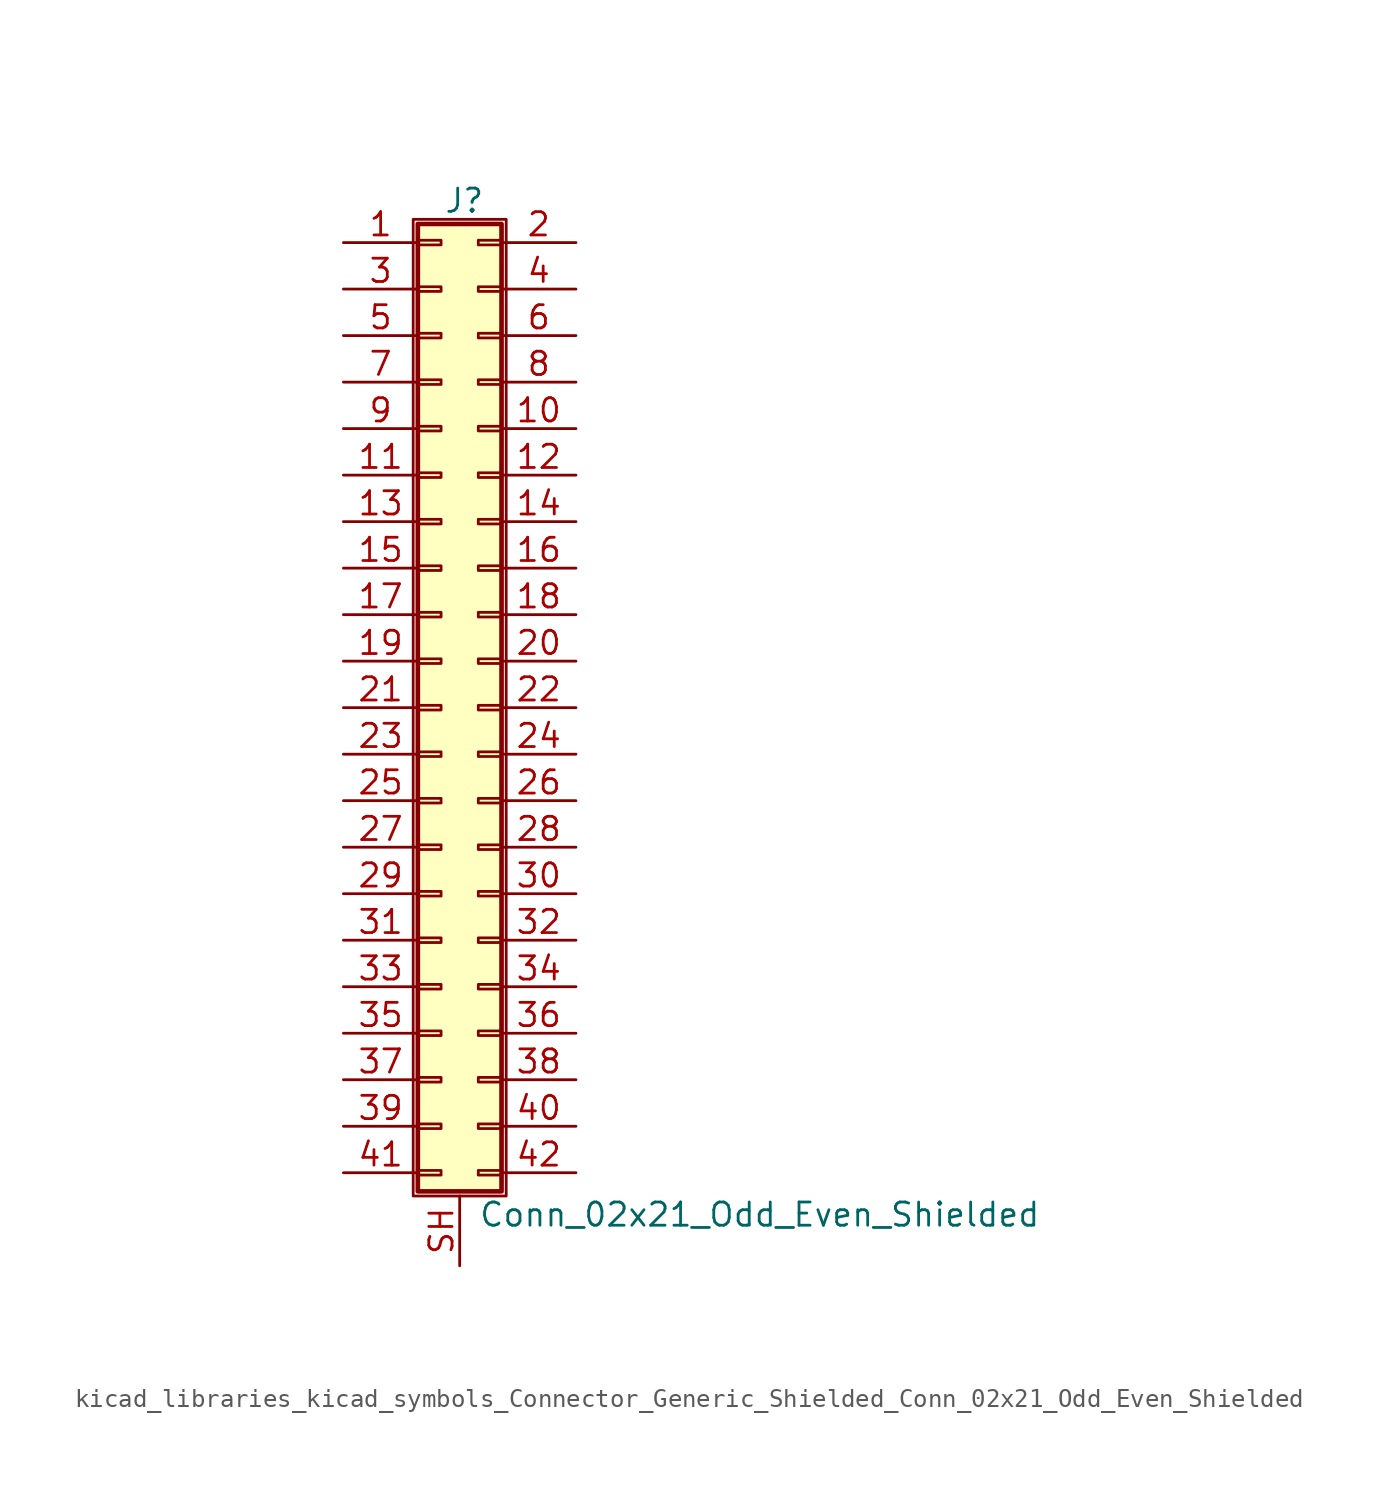
<source format=kicad_sym>
(kicad_symbol_lib
  (version 20220914)
  (generator kicad_symbol_editor)
  (symbol "kicad_libraries_kicad_symbols_Connector_Generic_Shielded_Conn_02x21_Odd_Even_Shielded"
    (pin_names
      (offset 1.016) hide)
    (property "Reference" "J"
      (at 1.524 27.686 0)
      (effects (font (size 1.27 1.27))))
    (property "Value" "Conn_02x21_Odd_Even_Shielded"
      (at 2.286 -27.686 0)
      (effects (font (size 1.27 1.27)) (justify left)))
    (symbol "kicad_libraries_kicad_symbols_Connector_Generic_Shielded_Conn_02x21_Odd_Even_Shielded_1_1"
      (rectangle (start -1.27 26.67) (end 3.81 -26.67) (stroke (width 0.152) (type default)) (fill (type none)))
      (rectangle (start -1.016 -25.273) (end 0.254 -25.527) (stroke (width 0.152) (type default)) (fill (type none)))
      (rectangle (start -1.016 -22.733) (end 0.254 -22.987) (stroke (width 0.152) (type default)) (fill (type none)))
      (rectangle (start -1.016 -20.193) (end 0.254 -20.447) (stroke (width 0.152) (type default)) (fill (type none)))
      (rectangle (start -1.016 -17.653) (end 0.254 -17.907) (stroke (width 0.152) (type default)) (fill (type none)))
      (rectangle (start -1.016 -15.113) (end 0.254 -15.367) (stroke (width 0.152) (type default)) (fill (type none)))
      (rectangle (start -1.016 -12.573) (end 0.254 -12.827) (stroke (width 0.152) (type default)) (fill (type none)))
      (rectangle (start -1.016 -10.033) (end 0.254 -10.287) (stroke (width 0.152) (type default)) (fill (type none)))
      (rectangle (start -1.016 -7.493) (end 0.254 -7.747) (stroke (width 0.152) (type default)) (fill (type none)))
      (rectangle (start -1.016 -4.953) (end 0.254 -5.207) (stroke (width 0.152) (type default)) (fill (type none)))
      (rectangle (start -1.016 -2.413) (end 0.254 -2.667) (stroke (width 0.152) (type default)) (fill (type none)))
      (rectangle (start -1.016 0.127) (end 0.254 -0.127) (stroke (width 0.152) (type default)) (fill (type none)))
      (rectangle (start -1.016 2.667) (end 0.254 2.413) (stroke (width 0.152) (type default)) (fill (type none)))
      (rectangle (start -1.016 5.207) (end 0.254 4.953) (stroke (width 0.152) (type default)) (fill (type none)))
      (rectangle (start -1.016 7.747) (end 0.254 7.493) (stroke (width 0.152) (type default)) (fill (type none)))
      (rectangle (start -1.016 10.287) (end 0.254 10.033) (stroke (width 0.152) (type default)) (fill (type none)))
      (rectangle (start -1.016 12.827) (end 0.254 12.573) (stroke (width 0.152) (type default)) (fill (type none)))
      (rectangle (start -1.016 15.367) (end 0.254 15.113) (stroke (width 0.152) (type default)) (fill (type none)))
      (rectangle (start -1.016 17.907) (end 0.254 17.653) (stroke (width 0.152) (type default)) (fill (type none)))
      (rectangle (start -1.016 20.447) (end 0.254 20.193) (stroke (width 0.152) (type default)) (fill (type none)))
      (rectangle (start -1.016 22.987) (end 0.254 22.733) (stroke (width 0.152) (type default)) (fill (type none)))
      (rectangle (start -1.016 25.527) (end 0.254 25.273) (stroke (width 0.152) (type default)) (fill (type none)))
      (rectangle (start -1.016 26.416) (end 3.556 -26.416) (stroke (width 0.254) (type default)) (fill (type background)))
      (rectangle (start 3.556 -25.273) (end 2.286 -25.527) (stroke (width 0.152) (type default)) (fill (type none)))
      (rectangle (start 3.556 -22.733) (end 2.286 -22.987) (stroke (width 0.152) (type default)) (fill (type none)))
      (rectangle (start 3.556 -20.193) (end 2.286 -20.447) (stroke (width 0.152) (type default)) (fill (type none)))
      (rectangle (start 3.556 -17.653) (end 2.286 -17.907) (stroke (width 0.152) (type default)) (fill (type none)))
      (rectangle (start 3.556 -15.113) (end 2.286 -15.367) (stroke (width 0.152) (type default)) (fill (type none)))
      (rectangle (start 3.556 -12.573) (end 2.286 -12.827) (stroke (width 0.152) (type default)) (fill (type none)))
      (rectangle (start 3.556 -10.033) (end 2.286 -10.287) (stroke (width 0.152) (type default)) (fill (type none)))
      (rectangle (start 3.556 -7.493) (end 2.286 -7.747) (stroke (width 0.152) (type default)) (fill (type none)))
      (rectangle (start 3.556 -4.953) (end 2.286 -5.207) (stroke (width 0.152) (type default)) (fill (type none)))
      (rectangle (start 3.556 -2.413) (end 2.286 -2.667) (stroke (width 0.152) (type default)) (fill (type none)))
      (rectangle (start 3.556 0.127) (end 2.286 -0.127) (stroke (width 0.152) (type default)) (fill (type none)))
      (rectangle (start 3.556 2.667) (end 2.286 2.413) (stroke (width 0.152) (type default)) (fill (type none)))
      (rectangle (start 3.556 5.207) (end 2.286 4.953) (stroke (width 0.152) (type default)) (fill (type none)))
      (rectangle (start 3.556 7.747) (end 2.286 7.493) (stroke (width 0.152) (type default)) (fill (type none)))
      (rectangle (start 3.556 10.287) (end 2.286 10.033) (stroke (width 0.152) (type default)) (fill (type none)))
      (rectangle (start 3.556 12.827) (end 2.286 12.573) (stroke (width 0.152) (type default)) (fill (type none)))
      (rectangle (start 3.556 15.367) (end 2.286 15.113) (stroke (width 0.152) (type default)) (fill (type none)))
      (rectangle (start 3.556 17.907) (end 2.286 17.653) (stroke (width 0.152) (type default)) (fill (type none)))
      (rectangle (start 3.556 20.447) (end 2.286 20.193) (stroke (width 0.152) (type default)) (fill (type none)))
      (rectangle (start 3.556 22.987) (end 2.286 22.733) (stroke (width 0.152) (type default)) (fill (type none)))
      (rectangle (start 3.556 25.527) (end 2.286 25.273) (stroke (width 0.152) (type default)) (fill (type none)))
      (pin passive line (at -5.08 25.4 0) (length 4.064) (name "Pin_1" (effects (font (size 1.27 1.27)))) (number "1" (effects (font (size 1.27 1.27)))))
      (pin passive line (at 7.62 15.24 180) (length 4.064) (name "Pin_10" (effects (font (size 1.27 1.27)))) (number "10" (effects (font (size 1.27 1.27)))))
      (pin passive line (at -5.08 12.7 0) (length 4.064) (name "Pin_11" (effects (font (size 1.27 1.27)))) (number "11" (effects (font (size 1.27 1.27)))))
      (pin passive line (at 7.62 12.7 180) (length 4.064) (name "Pin_12" (effects (font (size 1.27 1.27)))) (number "12" (effects (font (size 1.27 1.27)))))
      (pin passive line (at -5.08 10.16 0) (length 4.064) (name "Pin_13" (effects (font (size 1.27 1.27)))) (number "13" (effects (font (size 1.27 1.27)))))
      (pin passive line (at 7.62 10.16 180) (length 4.064) (name "Pin_14" (effects (font (size 1.27 1.27)))) (number "14" (effects (font (size 1.27 1.27)))))
      (pin passive line (at -5.08 7.62 0) (length 4.064) (name "Pin_15" (effects (font (size 1.27 1.27)))) (number "15" (effects (font (size 1.27 1.27)))))
      (pin passive line (at 7.62 7.62 180) (length 4.064) (name "Pin_16" (effects (font (size 1.27 1.27)))) (number "16" (effects (font (size 1.27 1.27)))))
      (pin passive line (at -5.08 5.08 0) (length 4.064) (name "Pin_17" (effects (font (size 1.27 1.27)))) (number "17" (effects (font (size 1.27 1.27)))))
      (pin passive line (at 7.62 5.08 180) (length 4.064) (name "Pin_18" (effects (font (size 1.27 1.27)))) (number "18" (effects (font (size 1.27 1.27)))))
      (pin passive line (at -5.08 2.54 0) (length 4.064) (name "Pin_19" (effects (font (size 1.27 1.27)))) (number "19" (effects (font (size 1.27 1.27)))))
      (pin passive line (at 7.62 25.4 180) (length 4.064) (name "Pin_2" (effects (font (size 1.27 1.27)))) (number "2" (effects (font (size 1.27 1.27)))))
      (pin passive line (at 7.62 2.54 180) (length 4.064) (name "Pin_20" (effects (font (size 1.27 1.27)))) (number "20" (effects (font (size 1.27 1.27)))))
      (pin passive line (at -5.08 0 0) (length 4.064) (name "Pin_21" (effects (font (size 1.27 1.27)))) (number "21" (effects (font (size 1.27 1.27)))))
      (pin passive line (at 7.62 0 180) (length 4.064) (name "Pin_22" (effects (font (size 1.27 1.27)))) (number "22" (effects (font (size 1.27 1.27)))))
      (pin passive line (at -5.08 -2.54 0) (length 4.064) (name "Pin_23" (effects (font (size 1.27 1.27)))) (number "23" (effects (font (size 1.27 1.27)))))
      (pin passive line (at 7.62 -2.54 180) (length 4.064) (name "Pin_24" (effects (font (size 1.27 1.27)))) (number "24" (effects (font (size 1.27 1.27)))))
      (pin passive line (at -5.08 -5.08 0) (length 4.064) (name "Pin_25" (effects (font (size 1.27 1.27)))) (number "25" (effects (font (size 1.27 1.27)))))
      (pin passive line (at 7.62 -5.08 180) (length 4.064) (name "Pin_26" (effects (font (size 1.27 1.27)))) (number "26" (effects (font (size 1.27 1.27)))))
      (pin passive line (at -5.08 -7.62 0) (length 4.064) (name "Pin_27" (effects (font (size 1.27 1.27)))) (number "27" (effects (font (size 1.27 1.27)))))
      (pin passive line (at 7.62 -7.62 180) (length 4.064) (name "Pin_28" (effects (font (size 1.27 1.27)))) (number "28" (effects (font (size 1.27 1.27)))))
      (pin passive line (at -5.08 -10.16 0) (length 4.064) (name "Pin_29" (effects (font (size 1.27 1.27)))) (number "29" (effects (font (size 1.27 1.27)))))
      (pin passive line (at -5.08 22.86 0) (length 4.064) (name "Pin_3" (effects (font (size 1.27 1.27)))) (number "3" (effects (font (size 1.27 1.27)))))
      (pin passive line (at 7.62 -10.16 180) (length 4.064) (name "Pin_30" (effects (font (size 1.27 1.27)))) (number "30" (effects (font (size 1.27 1.27)))))
      (pin passive line (at -5.08 -12.7 0) (length 4.064) (name "Pin_31" (effects (font (size 1.27 1.27)))) (number "31" (effects (font (size 1.27 1.27)))))
      (pin passive line (at 7.62 -12.7 180) (length 4.064) (name "Pin_32" (effects (font (size 1.27 1.27)))) (number "32" (effects (font (size 1.27 1.27)))))
      (pin passive line (at -5.08 -15.24 0) (length 4.064) (name "Pin_33" (effects (font (size 1.27 1.27)))) (number "33" (effects (font (size 1.27 1.27)))))
      (pin passive line (at 7.62 -15.24 180) (length 4.064) (name "Pin_34" (effects (font (size 1.27 1.27)))) (number "34" (effects (font (size 1.27 1.27)))))
      (pin passive line (at -5.08 -17.78 0) (length 4.064) (name "Pin_35" (effects (font (size 1.27 1.27)))) (number "35" (effects (font (size 1.27 1.27)))))
      (pin passive line (at 7.62 -17.78 180) (length 4.064) (name "Pin_36" (effects (font (size 1.27 1.27)))) (number "36" (effects (font (size 1.27 1.27)))))
      (pin passive line (at -5.08 -20.32 0) (length 4.064) (name "Pin_37" (effects (font (size 1.27 1.27)))) (number "37" (effects (font (size 1.27 1.27)))))
      (pin passive line (at 7.62 -20.32 180) (length 4.064) (name "Pin_38" (effects (font (size 1.27 1.27)))) (number "38" (effects (font (size 1.27 1.27)))))
      (pin passive line (at -5.08 -22.86 0) (length 4.064) (name "Pin_39" (effects (font (size 1.27 1.27)))) (number "39" (effects (font (size 1.27 1.27)))))
      (pin passive line (at 7.62 22.86 180) (length 4.064) (name "Pin_4" (effects (font (size 1.27 1.27)))) (number "4" (effects (font (size 1.27 1.27)))))
      (pin passive line (at 7.62 -22.86 180) (length 4.064) (name "Pin_40" (effects (font (size 1.27 1.27)))) (number "40" (effects (font (size 1.27 1.27)))))
      (pin passive line (at -5.08 -25.4 0) (length 4.064) (name "Pin_41" (effects (font (size 1.27 1.27)))) (number "41" (effects (font (size 1.27 1.27)))))
      (pin passive line (at 7.62 -25.4 180) (length 4.064) (name "Pin_42" (effects (font (size 1.27 1.27)))) (number "42" (effects (font (size 1.27 1.27)))))
      (pin passive line (at -5.08 20.32 0) (length 4.064) (name "Pin_5" (effects (font (size 1.27 1.27)))) (number "5" (effects (font (size 1.27 1.27)))))
      (pin passive line (at 7.62 20.32 180) (length 4.064) (name "Pin_6" (effects (font (size 1.27 1.27)))) (number "6" (effects (font (size 1.27 1.27)))))
      (pin passive line (at -5.08 17.78 0) (length 4.064) (name "Pin_7" (effects (font (size 1.27 1.27)))) (number "7" (effects (font (size 1.27 1.27)))))
      (pin passive line (at 7.62 17.78 180) (length 4.064) (name "Pin_8" (effects (font (size 1.27 1.27)))) (number "8" (effects (font (size 1.27 1.27)))))
      (pin passive line (at -5.08 15.24 0) (length 4.064) (name "Pin_9" (effects (font (size 1.27 1.27)))) (number "9" (effects (font (size 1.27 1.27)))))
      (pin passive line (at 1.27 -30.48 90) (length 3.81) (name "Shield" (effects (font (size 1.27 1.27)))) (number "SH" (effects (font (size 1.27 1.27))))))))
</source>
